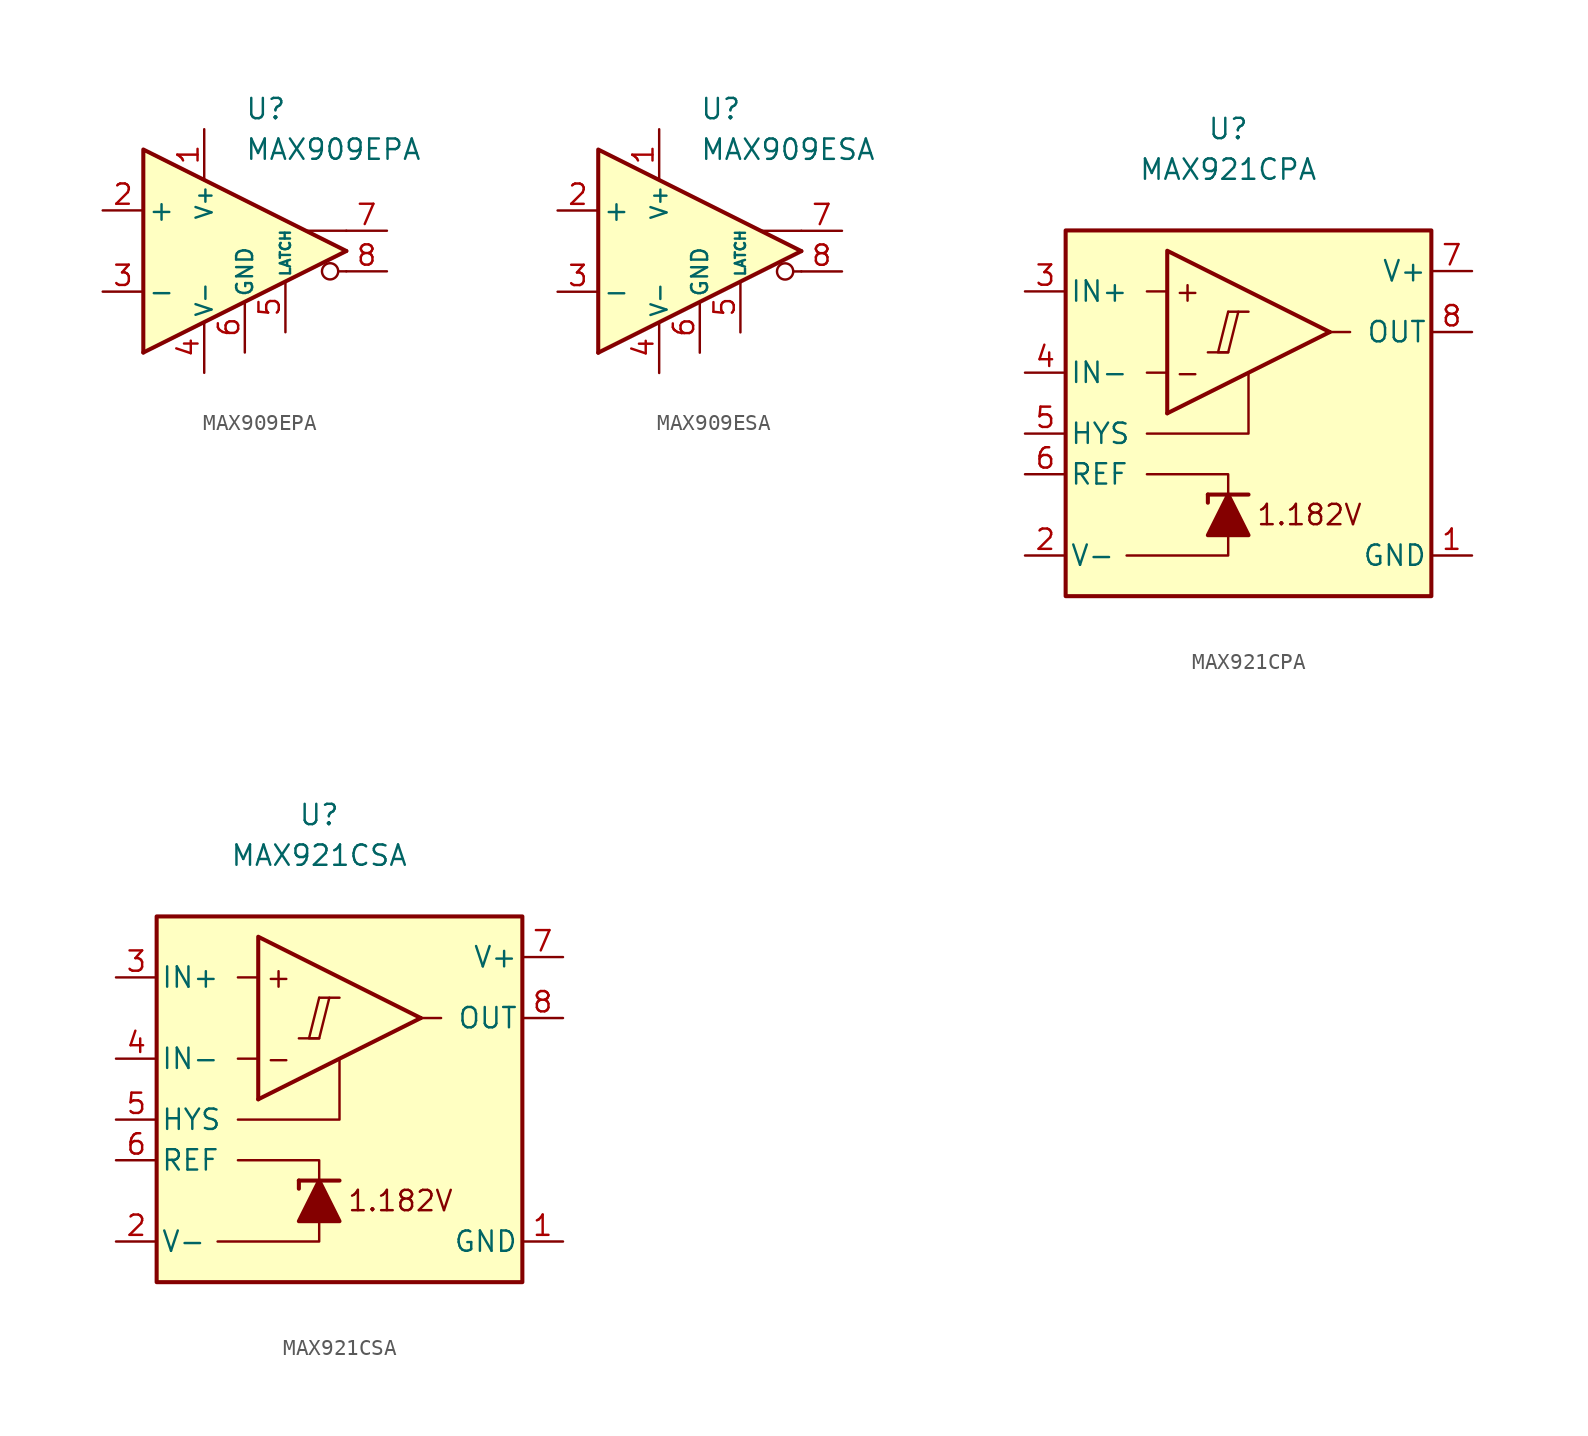
<source format=kicad_sym>
(kicad_symbol_lib
  (version 20231120)
  (generator "kicad_symbol_editor")
  (generator_version "8.0")
  (symbol "MAX909EPA"
    (pin_names
      (offset 0.254))
    (property "Reference" "U"
      (at 0 8.89 0)
      (effects (font (size 1.27 1.27)) (justify left)))
    (property "Value" "MAX909EPA"
      (at 0 6.35 0)
      (effects (font (size 1.27 1.27)) (justify left)))
    (symbol "MAX909EPA_0_0"
      (polyline (pts (xy 6.35 -1.27) (xy 5.842 -1.27)) (stroke (width 0.152) (type default)) (fill (type none)))
      (polyline (pts (xy 6.35 0) (xy -6.35 -6.35)) (stroke (width 0.254) (type default)) (fill (type none)))
      (polyline (pts (xy 6.35 1.27) (xy 3.81 1.27)) (stroke (width 0.152) (type default)) (fill (type none)))
      (polyline (pts (xy 6.35 0) (xy -6.35 6.35) (xy -6.35 -6.35)) (stroke (width 0.254) (type default)) (fill (type background)))
      (circle (center 5.334 -1.27) (radius 0.508) (stroke (width 0.152) (type default)) (fill (type none))))
    (symbol "MAX909EPA_1_1"
      (pin power_in line (at -2.54 7.62 270) (length 3.18) (name "V+" (effects (font (size 1 1)))) (number "1" (effects (font (size 1.27 1.27)))))
      (pin input line (at -8.89 2.54 0) (length 2.54) (name "+" (effects (font (size 1.27 1.27)))) (number "2" (effects (font (size 1.27 1.27)))))
      (pin input line (at -8.89 -2.54 0) (length 2.54) (name "-" (effects (font (size 1.27 1.27)))) (number "3" (effects (font (size 1.27 1.27)))))
      (pin power_in line (at -2.54 -7.62 90) (length 3.18) (name "V-" (effects (font (size 1 1)))) (number "4" (effects (font (size 1.27 1.27)))))
      (pin input line (at 2.54 -5.08 90) (length 3.18) (name "LATCH" (effects (font (size 0.635 0.635)))) (number "5" (effects (font (size 1.27 1.27)))))
      (pin power_in line (at 0 -6.35 90) (length 3.18) (name "GND" (effects (font (size 1 1)))) (number "6" (effects (font (size 1.27 1.27)))))
      (pin output line (at 8.89 1.27 180) (length 2.54) (name "~" (effects (font (size 1.27 1.27)))) (number "7" (effects (font (size 1.27 1.27)))))
      (pin output line (at 8.89 -1.27 180) (length 2.54) (name "~" (effects (font (size 1.27 1.27)))) (number "8" (effects (font (size 1.27 1.27)))))))
  (symbol "MAX909ESA"
    (pin_names
      (offset 0.254))
    (property "Reference" "U"
      (at 0 8.89 0)
      (effects (font (size 1.27 1.27)) (justify left)))
    (property "Value" "MAX909ESA"
      (at 0 6.35 0)
      (effects (font (size 1.27 1.27)) (justify left)))
    (symbol "MAX909ESA_0_0"
      (polyline (pts (xy 6.35 -1.27) (xy 5.842 -1.27)) (stroke (width 0.152) (type default)) (fill (type none)))
      (polyline (pts (xy 6.35 0) (xy -6.35 -6.35)) (stroke (width 0.254) (type default)) (fill (type none)))
      (polyline (pts (xy 6.35 1.27) (xy 3.81 1.27)) (stroke (width 0.152) (type default)) (fill (type none)))
      (polyline (pts (xy 6.35 0) (xy -6.35 6.35) (xy -6.35 -6.35)) (stroke (width 0.254) (type default)) (fill (type background)))
      (circle (center 5.334 -1.27) (radius 0.508) (stroke (width 0.152) (type default)) (fill (type none))))
    (symbol "MAX909ESA_1_1"
      (pin power_in line (at -2.54 7.62 270) (length 3.18) (name "V+" (effects (font (size 1 1)))) (number "1" (effects (font (size 1.27 1.27)))))
      (pin input line (at -8.89 2.54 0) (length 2.54) (name "+" (effects (font (size 1.27 1.27)))) (number "2" (effects (font (size 1.27 1.27)))))
      (pin input line (at -8.89 -2.54 0) (length 2.54) (name "-" (effects (font (size 1.27 1.27)))) (number "3" (effects (font (size 1.27 1.27)))))
      (pin power_in line (at -2.54 -7.62 90) (length 3.18) (name "V-" (effects (font (size 1 1)))) (number "4" (effects (font (size 1.27 1.27)))))
      (pin input line (at 2.54 -5.08 90) (length 3.18) (name "LATCH" (effects (font (size 0.635 0.635)))) (number "5" (effects (font (size 1.27 1.27)))))
      (pin power_in line (at 0 -6.35 90) (length 3.18) (name "GND" (effects (font (size 1 1)))) (number "6" (effects (font (size 1.27 1.27)))))
      (pin output line (at 8.89 1.27 180) (length 2.54) (name "~" (effects (font (size 1.27 1.27)))) (number "7" (effects (font (size 1.27 1.27)))))
      (pin output line (at 8.89 -1.27 180) (length 2.54) (name "~" (effects (font (size 1.27 1.27)))) (number "8" (effects (font (size 1.27 1.27)))))))
  (symbol "MAX921CPA"
    (pin_names
      (offset 0.254))
    (property "Reference" "U"
      (at 0 16.51 0)
      (effects (font (size 1.27 1.27))))
    (property "Value" "MAX921CPA"
      (at 0 13.97 0)
      (effects (font (size 1.27 1.27))))
    (symbol "MAX921CPA_0_0"
      (polyline (pts (xy -1.27 2.54) (xy 0 2.54)) (stroke (width 0.152) (type default)) (fill (type none)))
      (polyline (pts (xy 0 5.08) (xy 1.27 5.08)) (stroke (width 0.152) (type default)) (fill (type none)))
      (polyline (pts (xy 6.35 3.81) (xy -3.81 -1.27)) (stroke (width 0.254) (type default)) (fill (type none)))
      (polyline (pts (xy 6.35 3.81) (xy -3.81 8.89) (xy -3.81 -1.27)) (stroke (width 0.254) (type default)) (fill (type background)))
      (polyline (pts (xy 0 5.08) (xy -0.635 2.54) (xy 0 2.54) (xy 0.635 5.08)) (stroke (width 0.152) (type default)) (fill (type none)))
      (text "+" (at -2.54 6.35 0) (effects (font (size 1.27 1.27))))
      (text "-" (at -2.54 1.27 0) (effects (font (size 1.27 1.27))))
      (text "1.182V" (at 5.08 -7.62 0) (effects (font (size 1.27 1.27)))))
    (symbol "MAX921CPA_0_1"
      (polyline (pts (xy -3.81 1.27) (xy -5.08 1.27)) (stroke (width 0) (type default)) (fill (type none)))
      (polyline (pts (xy -3.81 6.35) (xy -5.08 6.35)) (stroke (width 0) (type default)) (fill (type none)))
      (polyline (pts (xy -1.27 -6.35) (xy -1.27 -6.858)) (stroke (width 0.254) (type default)) (fill (type none)))
      (polyline (pts (xy -1.27 -6.35) (xy 1.27 -6.35)) (stroke (width 0.254) (type default)) (fill (type none)))
      (polyline (pts (xy 6.35 3.81) (xy 7.62 3.81)) (stroke (width 0) (type default)) (fill (type none)))
      (polyline (pts (xy 0 -8.89) (xy 0 -10.16) (xy -6.35 -10.16)) (stroke (width 0) (type default)) (fill (type none)))
      (polyline (pts (xy 0 -6.35) (xy 0 -5.08) (xy -5.08 -5.08)) (stroke (width 0) (type default)) (fill (type none)))
      (polyline (pts (xy 1.27 1.27) (xy 1.27 -2.54) (xy -5.08 -2.54)) (stroke (width 0) (type default)) (fill (type none)))
      (polyline (pts (xy 1.27 -8.89) (xy -1.27 -8.89) (xy 0 -6.35) (xy 1.27 -8.89)) (stroke (width 0.254) (type default)) (fill (type outline)))
      (rectangle (start 12.7 10.16) (end -10.16 -12.7) (stroke (width 0.254) (type default)) (fill (type background))))
    (symbol "MAX921CPA_1_1"
      (pin power_in line (at 15.24 -10.16 180) (length 2.54) (name "GND" (effects (font (size 1.27 1.27)))) (number "1" (effects (font (size 1.27 1.27)))))
      (pin power_in line (at -12.7 -10.16 0) (length 2.54) (name "V-" (effects (font (size 1.27 1.27)))) (number "2" (effects (font (size 1.27 1.27)))))
      (pin input line (at -12.7 6.35 0) (length 2.54) (name "IN+" (effects (font (size 1.27 1.27)))) (number "3" (effects (font (size 1.27 1.27)))))
      (pin input line (at -12.7 1.27 0) (length 2.54) (name "IN-" (effects (font (size 1.27 1.27)))) (number "4" (effects (font (size 1.27 1.27)))))
      (pin input line (at -12.7 -2.54 0) (length 2.54) (name "HYS" (effects (font (size 1.27 1.27)))) (number "5" (effects (font (size 1.27 1.27)))))
      (pin output line (at -12.7 -5.08 0) (length 2.54) (name "REF" (effects (font (size 1.27 1.27)))) (number "6" (effects (font (size 1.27 1.27)))))
      (pin power_in line (at 15.24 7.62 180) (length 2.54) (name "V+" (effects (font (size 1.27 1.27)))) (number "7" (effects (font (size 1.27 1.27)))))
      (pin output line (at 15.24 3.81 180) (length 2.54) (name "OUT" (effects (font (size 1.27 1.27)))) (number "8" (effects (font (size 1.27 1.27)))))))
  (symbol "MAX921CSA"
    (pin_names
      (offset 0.254))
    (property "Reference" "U"
      (at 0 16.51 0)
      (effects (font (size 1.27 1.27))))
    (property "Value" "MAX921CSA"
      (at 0 13.97 0)
      (effects (font (size 1.27 1.27))))
    (symbol "MAX921CSA_0_0"
      (polyline (pts (xy -1.27 2.54) (xy 0 2.54)) (stroke (width 0.152) (type default)) (fill (type none)))
      (polyline (pts (xy 0 5.08) (xy 1.27 5.08)) (stroke (width 0.152) (type default)) (fill (type none)))
      (polyline (pts (xy 6.35 3.81) (xy -3.81 -1.27)) (stroke (width 0.254) (type default)) (fill (type none)))
      (polyline (pts (xy 6.35 3.81) (xy -3.81 8.89) (xy -3.81 -1.27)) (stroke (width 0.254) (type default)) (fill (type background)))
      (polyline (pts (xy 0 5.08) (xy -0.635 2.54) (xy 0 2.54) (xy 0.635 5.08)) (stroke (width 0.152) (type default)) (fill (type none)))
      (text "+" (at -2.54 6.35 0) (effects (font (size 1.27 1.27))))
      (text "-" (at -2.54 1.27 0) (effects (font (size 1.27 1.27))))
      (text "1.182V" (at 5.08 -7.62 0) (effects (font (size 1.27 1.27)))))
    (symbol "MAX921CSA_0_1"
      (polyline (pts (xy -3.81 1.27) (xy -5.08 1.27)) (stroke (width 0) (type default)) (fill (type none)))
      (polyline (pts (xy -3.81 6.35) (xy -5.08 6.35)) (stroke (width 0) (type default)) (fill (type none)))
      (polyline (pts (xy -1.27 -6.35) (xy -1.27 -6.858)) (stroke (width 0.254) (type default)) (fill (type none)))
      (polyline (pts (xy -1.27 -6.35) (xy 1.27 -6.35)) (stroke (width 0.254) (type default)) (fill (type none)))
      (polyline (pts (xy 6.35 3.81) (xy 7.62 3.81)) (stroke (width 0) (type default)) (fill (type none)))
      (polyline (pts (xy 0 -8.89) (xy 0 -10.16) (xy -6.35 -10.16)) (stroke (width 0) (type default)) (fill (type none)))
      (polyline (pts (xy 0 -6.35) (xy 0 -5.08) (xy -5.08 -5.08)) (stroke (width 0) (type default)) (fill (type none)))
      (polyline (pts (xy 1.27 1.27) (xy 1.27 -2.54) (xy -5.08 -2.54)) (stroke (width 0) (type default)) (fill (type none)))
      (polyline (pts (xy 1.27 -8.89) (xy -1.27 -8.89) (xy 0 -6.35) (xy 1.27 -8.89)) (stroke (width 0.254) (type default)) (fill (type outline)))
      (rectangle (start 12.7 10.16) (end -10.16 -12.7) (stroke (width 0.254) (type default)) (fill (type background))))
    (symbol "MAX921CSA_1_1"
      (pin power_in line (at 15.24 -10.16 180) (length 2.54) (name "GND" (effects (font (size 1.27 1.27)))) (number "1" (effects (font (size 1.27 1.27)))))
      (pin power_in line (at -12.7 -10.16 0) (length 2.54) (name "V-" (effects (font (size 1.27 1.27)))) (number "2" (effects (font (size 1.27 1.27)))))
      (pin input line (at -12.7 6.35 0) (length 2.54) (name "IN+" (effects (font (size 1.27 1.27)))) (number "3" (effects (font (size 1.27 1.27)))))
      (pin input line (at -12.7 1.27 0) (length 2.54) (name "IN-" (effects (font (size 1.27 1.27)))) (number "4" (effects (font (size 1.27 1.27)))))
      (pin input line (at -12.7 -2.54 0) (length 2.54) (name "HYS" (effects (font (size 1.27 1.27)))) (number "5" (effects (font (size 1.27 1.27)))))
      (pin output line (at -12.7 -5.08 0) (length 2.54) (name "REF" (effects (font (size 1.27 1.27)))) (number "6" (effects (font (size 1.27 1.27)))))
      (pin power_in line (at 15.24 7.62 180) (length 2.54) (name "V+" (effects (font (size 1.27 1.27)))) (number "7" (effects (font (size 1.27 1.27)))))
      (pin output line (at 15.24 3.81 180) (length 2.54) (name "OUT" (effects (font (size 1.27 1.27)))) (number "8" (effects (font (size 1.27 1.27))))))))
</source>
